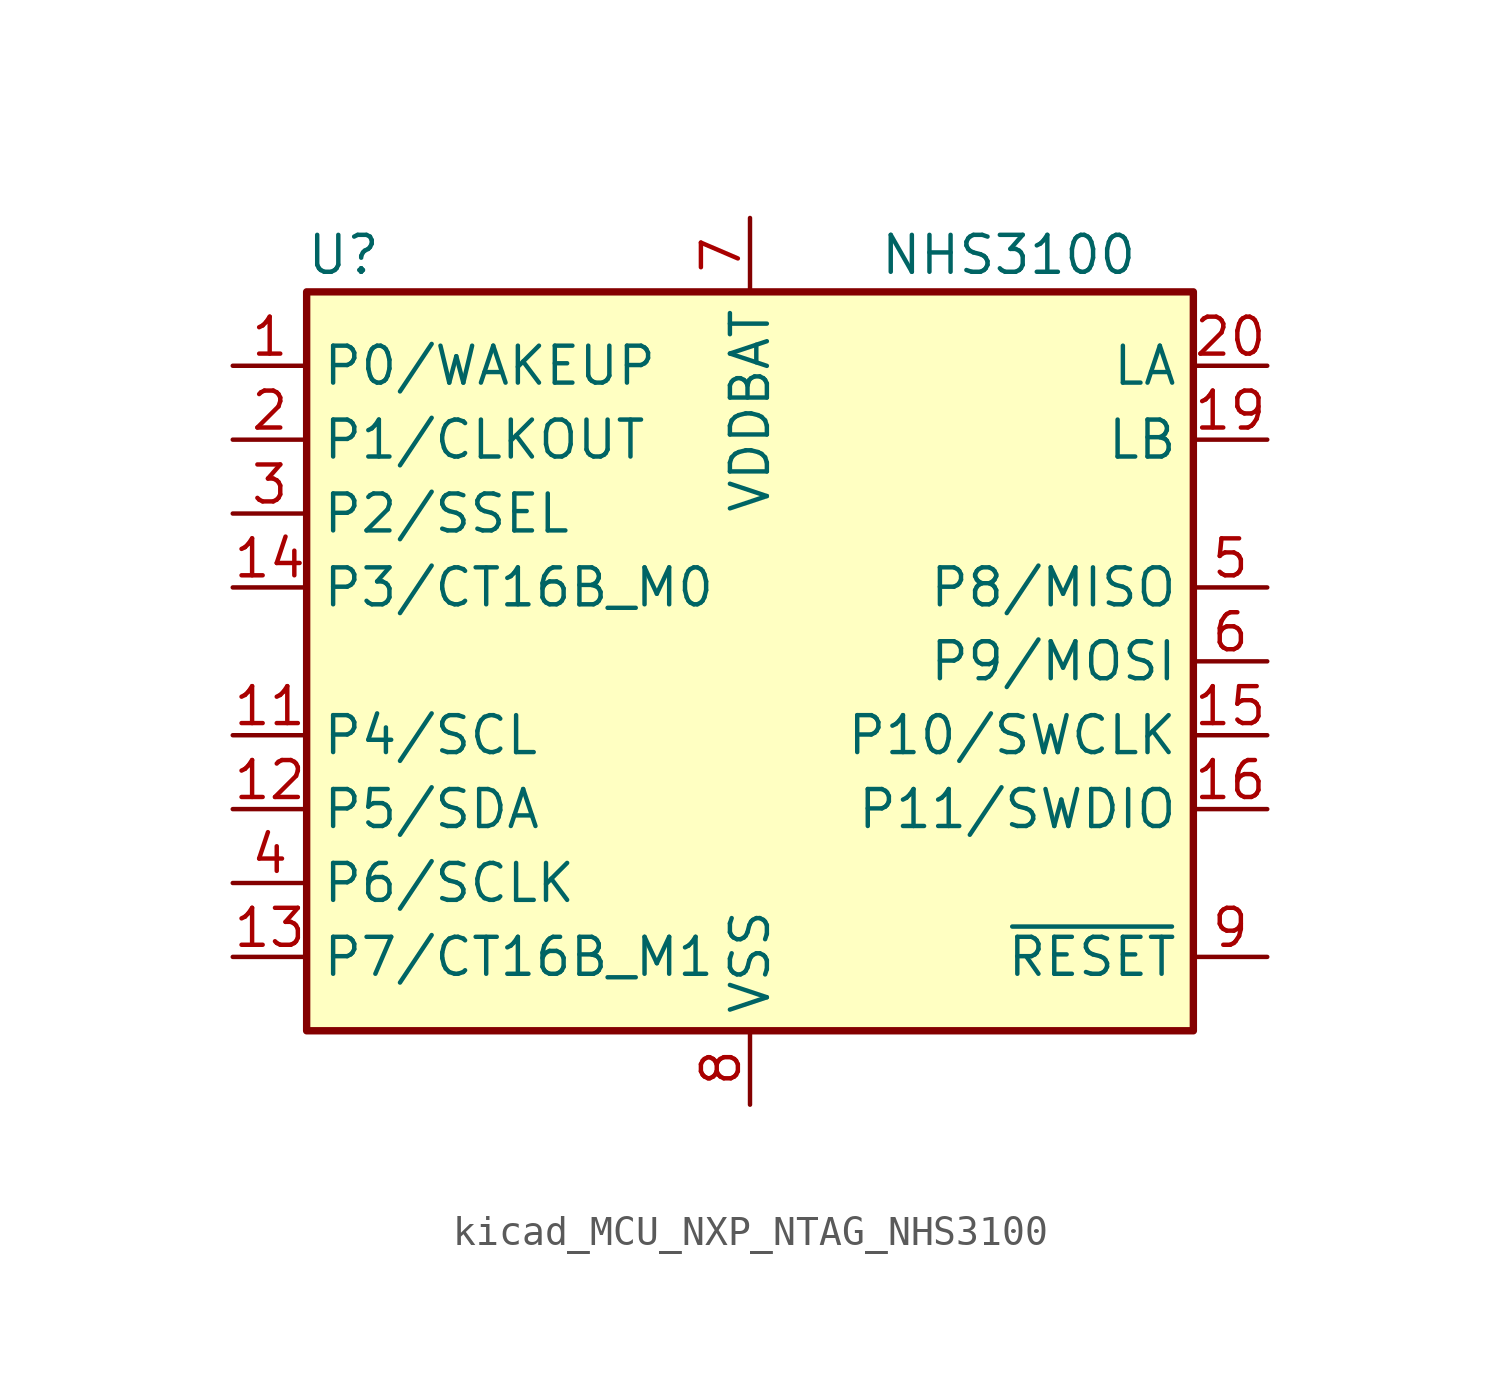
<source format=kicad_sym>
(kicad_symbol_lib
  (version 20220914)
  (generator kicad_symbol_editor)
  (symbol "kicad_MCU_NXP_NTAG_NHS3100"
    (property "Reference" "U"
      (at -13.97 13.97 0)
      (effects (font (size 1.27 1.27))))
    (property "Value" "NHS3100"
      (at 8.89 13.97 0)
      (effects (font (size 1.27 1.27))))
    (symbol "kicad_MCU_NXP_NTAG_NHS3100_0_1"
      (rectangle (start 15.24 -12.7) (end -15.24 12.7) (stroke (width 0.254) (type default)) (fill (type background))))
    (symbol "kicad_MCU_NXP_NTAG_NHS3100_1_1"
      (pin bidirectional line (at -17.78 10.16 0) (length 2.54) (name "P0/WAKEUP" (effects (font (size 1.27 1.27)))) (number "1" (effects (font (size 1.27 1.27)))))
      (pin no_connect line (at -15.24 0 0) (length 2.54) hide (name "reserved" (effects (font (size 1.27 1.27)))) (number "10" (effects (font (size 1.27 1.27)))))
      (pin bidirectional line (at -17.78 -2.54 0) (length 2.54) (name "P4/SCL" (effects (font (size 1.27 1.27)))) (number "11" (effects (font (size 1.27 1.27)))))
      (pin bidirectional line (at -17.78 -5.08 0) (length 2.54) (name "P5/SDA" (effects (font (size 1.27 1.27)))) (number "12" (effects (font (size 1.27 1.27)))))
      (pin bidirectional line (at -17.78 -10.16 0) (length 2.54) (name "P7/CT16B_M1" (effects (font (size 1.27 1.27)))) (number "13" (effects (font (size 1.27 1.27)))))
      (pin bidirectional line (at -17.78 2.54 0) (length 2.54) (name "P3/CT16B_M0" (effects (font (size 1.27 1.27)))) (number "14" (effects (font (size 1.27 1.27)))))
      (pin bidirectional line (at 17.78 -2.54 180) (length 2.54) (name "P10/SWCLK" (effects (font (size 1.27 1.27)))) (number "15" (effects (font (size 1.27 1.27)))))
      (pin bidirectional line (at 17.78 -5.08 180) (length 2.54) (name "P11/SWDIO" (effects (font (size 1.27 1.27)))) (number "16" (effects (font (size 1.27 1.27)))))
      (pin passive line (at 0 -15.24 90) (length 2.54) hide (name "VSS" (effects (font (size 1.27 1.27)))) (number "17" (effects (font (size 1.27 1.27)))))
      (pin passive line (at 0 -15.24 90) (length 2.54) hide (name "VSS" (effects (font (size 1.27 1.27)))) (number "18" (effects (font (size 1.27 1.27)))))
      (pin passive line (at 17.78 7.62 180) (length 2.54) (name "LB" (effects (font (size 1.27 1.27)))) (number "19" (effects (font (size 1.27 1.27)))))
      (pin bidirectional line (at -17.78 7.62 0) (length 2.54) (name "P1/CLKOUT" (effects (font (size 1.27 1.27)))) (number "2" (effects (font (size 1.27 1.27)))))
      (pin passive line (at 17.78 10.16 180) (length 2.54) (name "LA" (effects (font (size 1.27 1.27)))) (number "20" (effects (font (size 1.27 1.27)))))
      (pin passive line (at 0 -15.24 90) (length 2.54) hide (name "VSS" (effects (font (size 1.27 1.27)))) (number "21" (effects (font (size 1.27 1.27)))))
      (pin passive line (at 0 -15.24 90) (length 2.54) hide (name "VSS" (effects (font (size 1.27 1.27)))) (number "22" (effects (font (size 1.27 1.27)))))
      (pin passive line (at 0 -15.24 90) (length 2.54) hide (name "VSS" (effects (font (size 1.27 1.27)))) (number "23" (effects (font (size 1.27 1.27)))))
      (pin passive line (at 0 -15.24 90) (length 2.54) hide (name "VSS" (effects (font (size 1.27 1.27)))) (number "24" (effects (font (size 1.27 1.27)))))
      (pin passive line (at 0 -15.24 90) (length 2.54) hide (name "VSS" (effects (font (size 1.27 1.27)))) (number "25" (effects (font (size 1.27 1.27)))))
      (pin bidirectional line (at -17.78 5.08 0) (length 2.54) (name "P2/SSEL" (effects (font (size 1.27 1.27)))) (number "3" (effects (font (size 1.27 1.27)))))
      (pin bidirectional line (at -17.78 -7.62 0) (length 2.54) (name "P6/SCLK" (effects (font (size 1.27 1.27)))) (number "4" (effects (font (size 1.27 1.27)))))
      (pin bidirectional line (at 17.78 2.54 180) (length 2.54) (name "P8/MISO" (effects (font (size 1.27 1.27)))) (number "5" (effects (font (size 1.27 1.27)))))
      (pin bidirectional line (at 17.78 0 180) (length 2.54) (name "P9/MOSI" (effects (font (size 1.27 1.27)))) (number "6" (effects (font (size 1.27 1.27)))))
      (pin power_in line (at 0 15.24 270) (length 2.54) (name "VDDBAT" (effects (font (size 1.27 1.27)))) (number "7" (effects (font (size 1.27 1.27)))))
      (pin power_in line (at 0 -15.24 90) (length 2.54) (name "VSS" (effects (font (size 1.27 1.27)))) (number "8" (effects (font (size 1.27 1.27)))))
      (pin input line (at 17.78 -10.16 180) (length 2.54) (name "~{RESET}" (effects (font (size 1.27 1.27)))) (number "9" (effects (font (size 1.27 1.27))))))))
</source>
